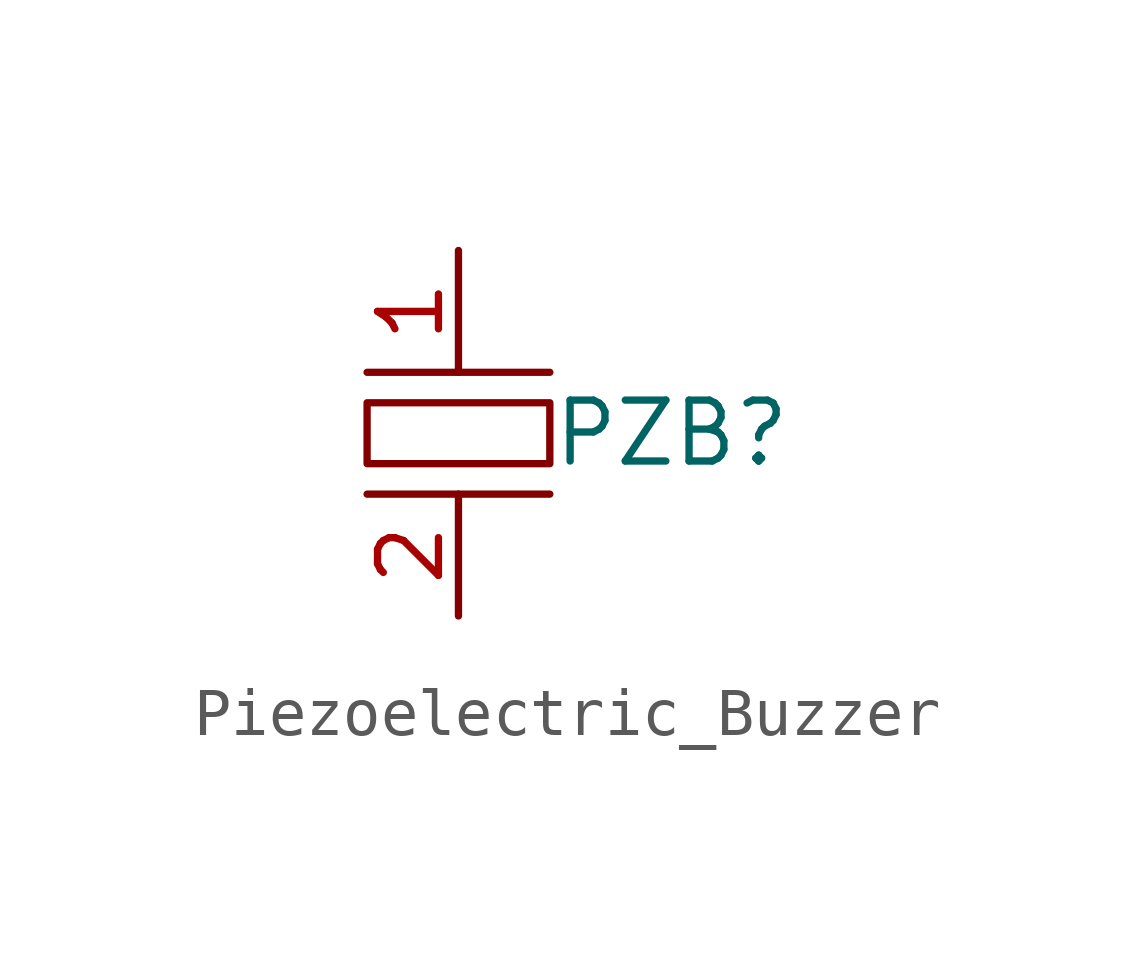
<source format=kicad_sym>
(kicad_symbol_lib
  (version 20220914)
  (generator kicad_symbol_editor)
  (symbol "Piezoelectric_Buzzer"
    (property "Reference" "PZB"
      (at 4.445 0 0)
      (effects (font (size 1.27 1.27))))
    (property "Value" ""
      (at 0 0 0)
      (effects (font (size 1.27 1.27))))
    (symbol "Piezoelectric_Buzzer_0_1"
      (rectangle (start -1.905 0.635) (end 1.905 -0.635) (stroke (width 0) (type default)) (fill (type none)))
      (polyline (pts (xy -1.905 -1.27) (xy 1.905 -1.27)) (stroke (width 0) (type default)) (fill (type none)))
      (polyline (pts (xy -1.905 1.27) (xy 1.905 1.27)) (stroke (width 0) (type default)) (fill (type none))))
    (symbol "Piezoelectric_Buzzer_1_1"
      (pin input line (at 0 3.81 270) (length 2.54) (name "" (effects (font (size 1.27 1.27)))) (number "1" (effects (font (size 1.27 1.27)))))
      (pin input line (at 0 -3.81 90) (length 2.54) (name "" (effects (font (size 1.27 1.27)))) (number "2" (effects (font (size 1.27 1.27))))))))
</source>
